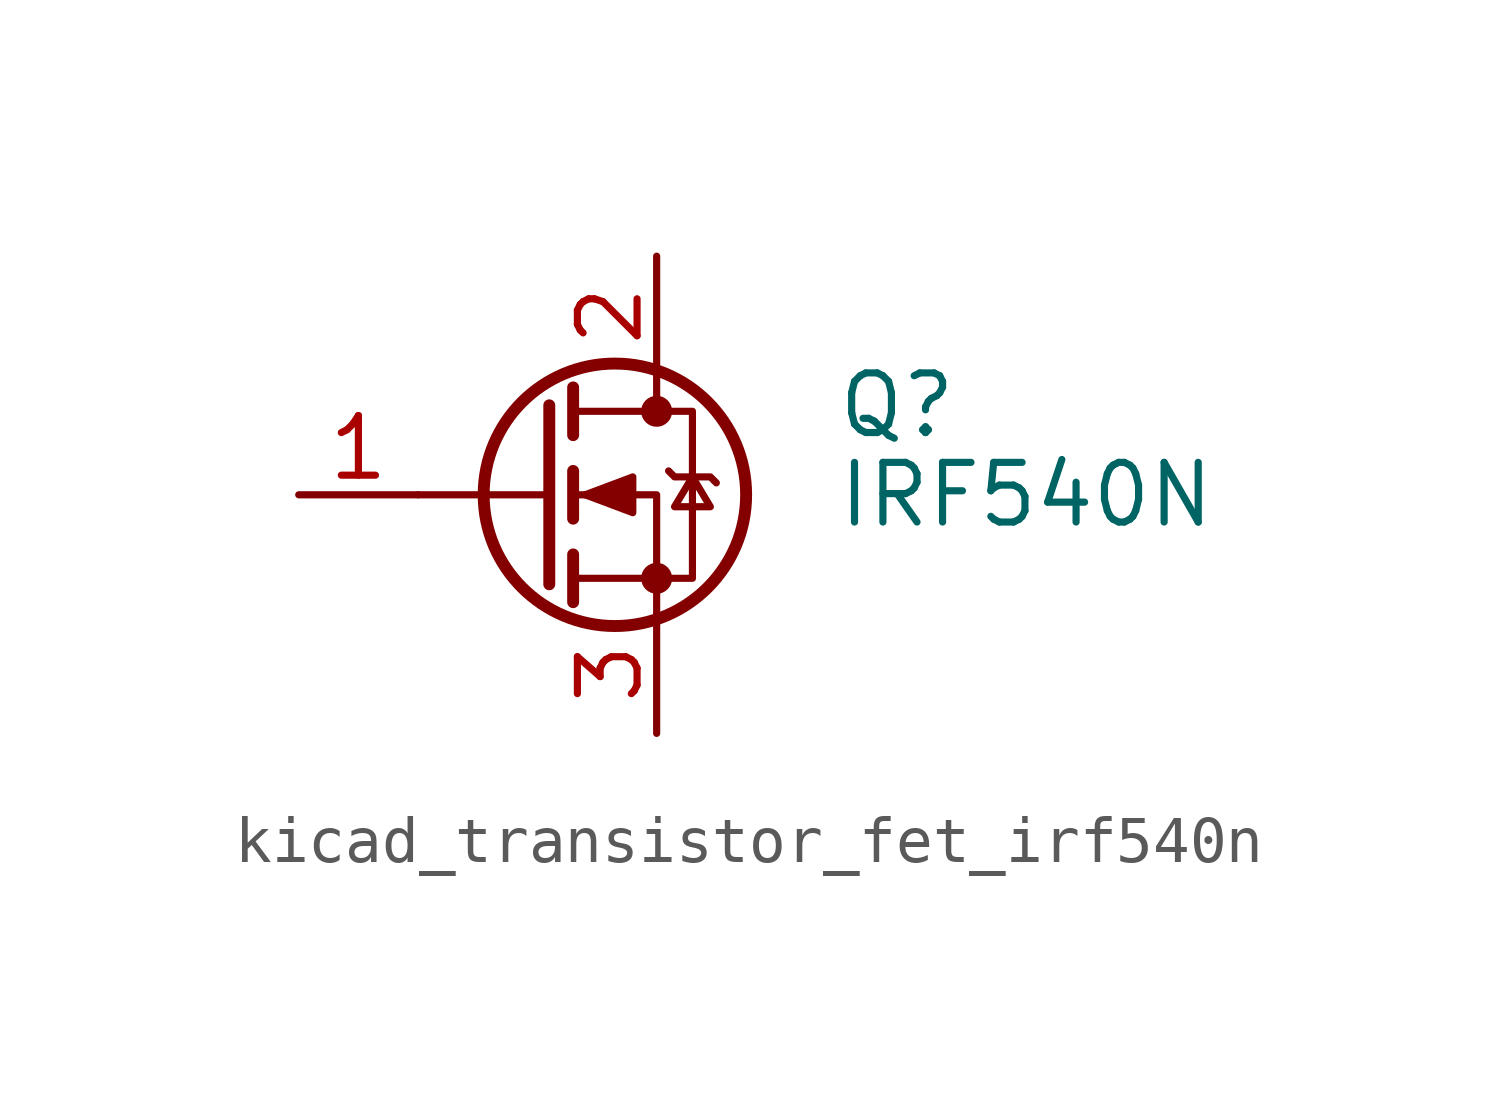
<source format=kicad_sym>
(kicad_symbol_lib
  (version 20220914)
  (generator kicad_symbol_editor)
  (symbol "kicad_transistor_fet_irf540n"
    (pin_names hide)
    (property "Reference" "Q"
      (at 6.35 1.905 0)
      (effects (font (size 1.27 1.27)) (justify left)))
    (property "Value" "IRF540N"
      (at 6.35 0 0)
      (effects (font (size 1.27 1.27)) (justify left)))
    (symbol "kicad_transistor_fet_irf540n_0_1"
      (polyline (pts (xy 0.254 0) (xy -2.54 0)) (stroke (width 0) (type default)) (fill (type none)))
      (polyline (pts (xy 0.254 1.905) (xy 0.254 -1.905)) (stroke (width 0.254) (type default)) (fill (type none)))
      (polyline (pts (xy 0.762 -1.27) (xy 0.762 -2.286)) (stroke (width 0.254) (type default)) (fill (type none)))
      (polyline (pts (xy 0.762 0.508) (xy 0.762 -0.508)) (stroke (width 0.254) (type default)) (fill (type none)))
      (polyline (pts (xy 0.762 2.286) (xy 0.762 1.27)) (stroke (width 0.254) (type default)) (fill (type none)))
      (polyline (pts (xy 2.54 2.54) (xy 2.54 1.778)) (stroke (width 0) (type default)) (fill (type none)))
      (polyline (pts (xy 2.54 -2.54) (xy 2.54 0) (xy 0.762 0)) (stroke (width 0) (type default)) (fill (type none)))
      (polyline (pts (xy 0.762 -1.778) (xy 3.302 -1.778) (xy 3.302 1.778) (xy 0.762 1.778)) (stroke (width 0) (type default)) (fill (type none)))
      (polyline (pts (xy 1.016 0) (xy 2.032 0.381) (xy 2.032 -0.381) (xy 1.016 0)) (stroke (width 0) (type default)) (fill (type outline)))
      (polyline (pts (xy 2.794 0.508) (xy 2.921 0.381) (xy 3.683 0.381) (xy 3.81 0.254)) (stroke (width 0) (type default)) (fill (type none)))
      (polyline (pts (xy 3.302 0.381) (xy 2.921 -0.254) (xy 3.683 -0.254) (xy 3.302 0.381)) (stroke (width 0) (type default)) (fill (type none)))
      (circle (center 1.651 0) (radius 2.794) (stroke (width 0.254) (type default)) (fill (type none)))
      (circle (center 2.54 -1.778) (radius 0.254) (stroke (width 0) (type default)) (fill (type outline)))
      (circle (center 2.54 1.778) (radius 0.254) (stroke (width 0) (type default)) (fill (type outline))))
    (symbol "kicad_transistor_fet_irf540n_1_1"
      (pin input line (at -5.08 0 0) (length 2.54) (name "G" (effects (font (size 1.27 1.27)))) (number "1" (effects (font (size 1.27 1.27)))))
      (pin passive line (at 2.54 5.08 270) (length 2.54) (name "D" (effects (font (size 1.27 1.27)))) (number "2" (effects (font (size 1.27 1.27)))))
      (pin passive line (at 2.54 -5.08 90) (length 2.54) (name "S" (effects (font (size 1.27 1.27)))) (number "3" (effects (font (size 1.27 1.27))))))))
</source>
